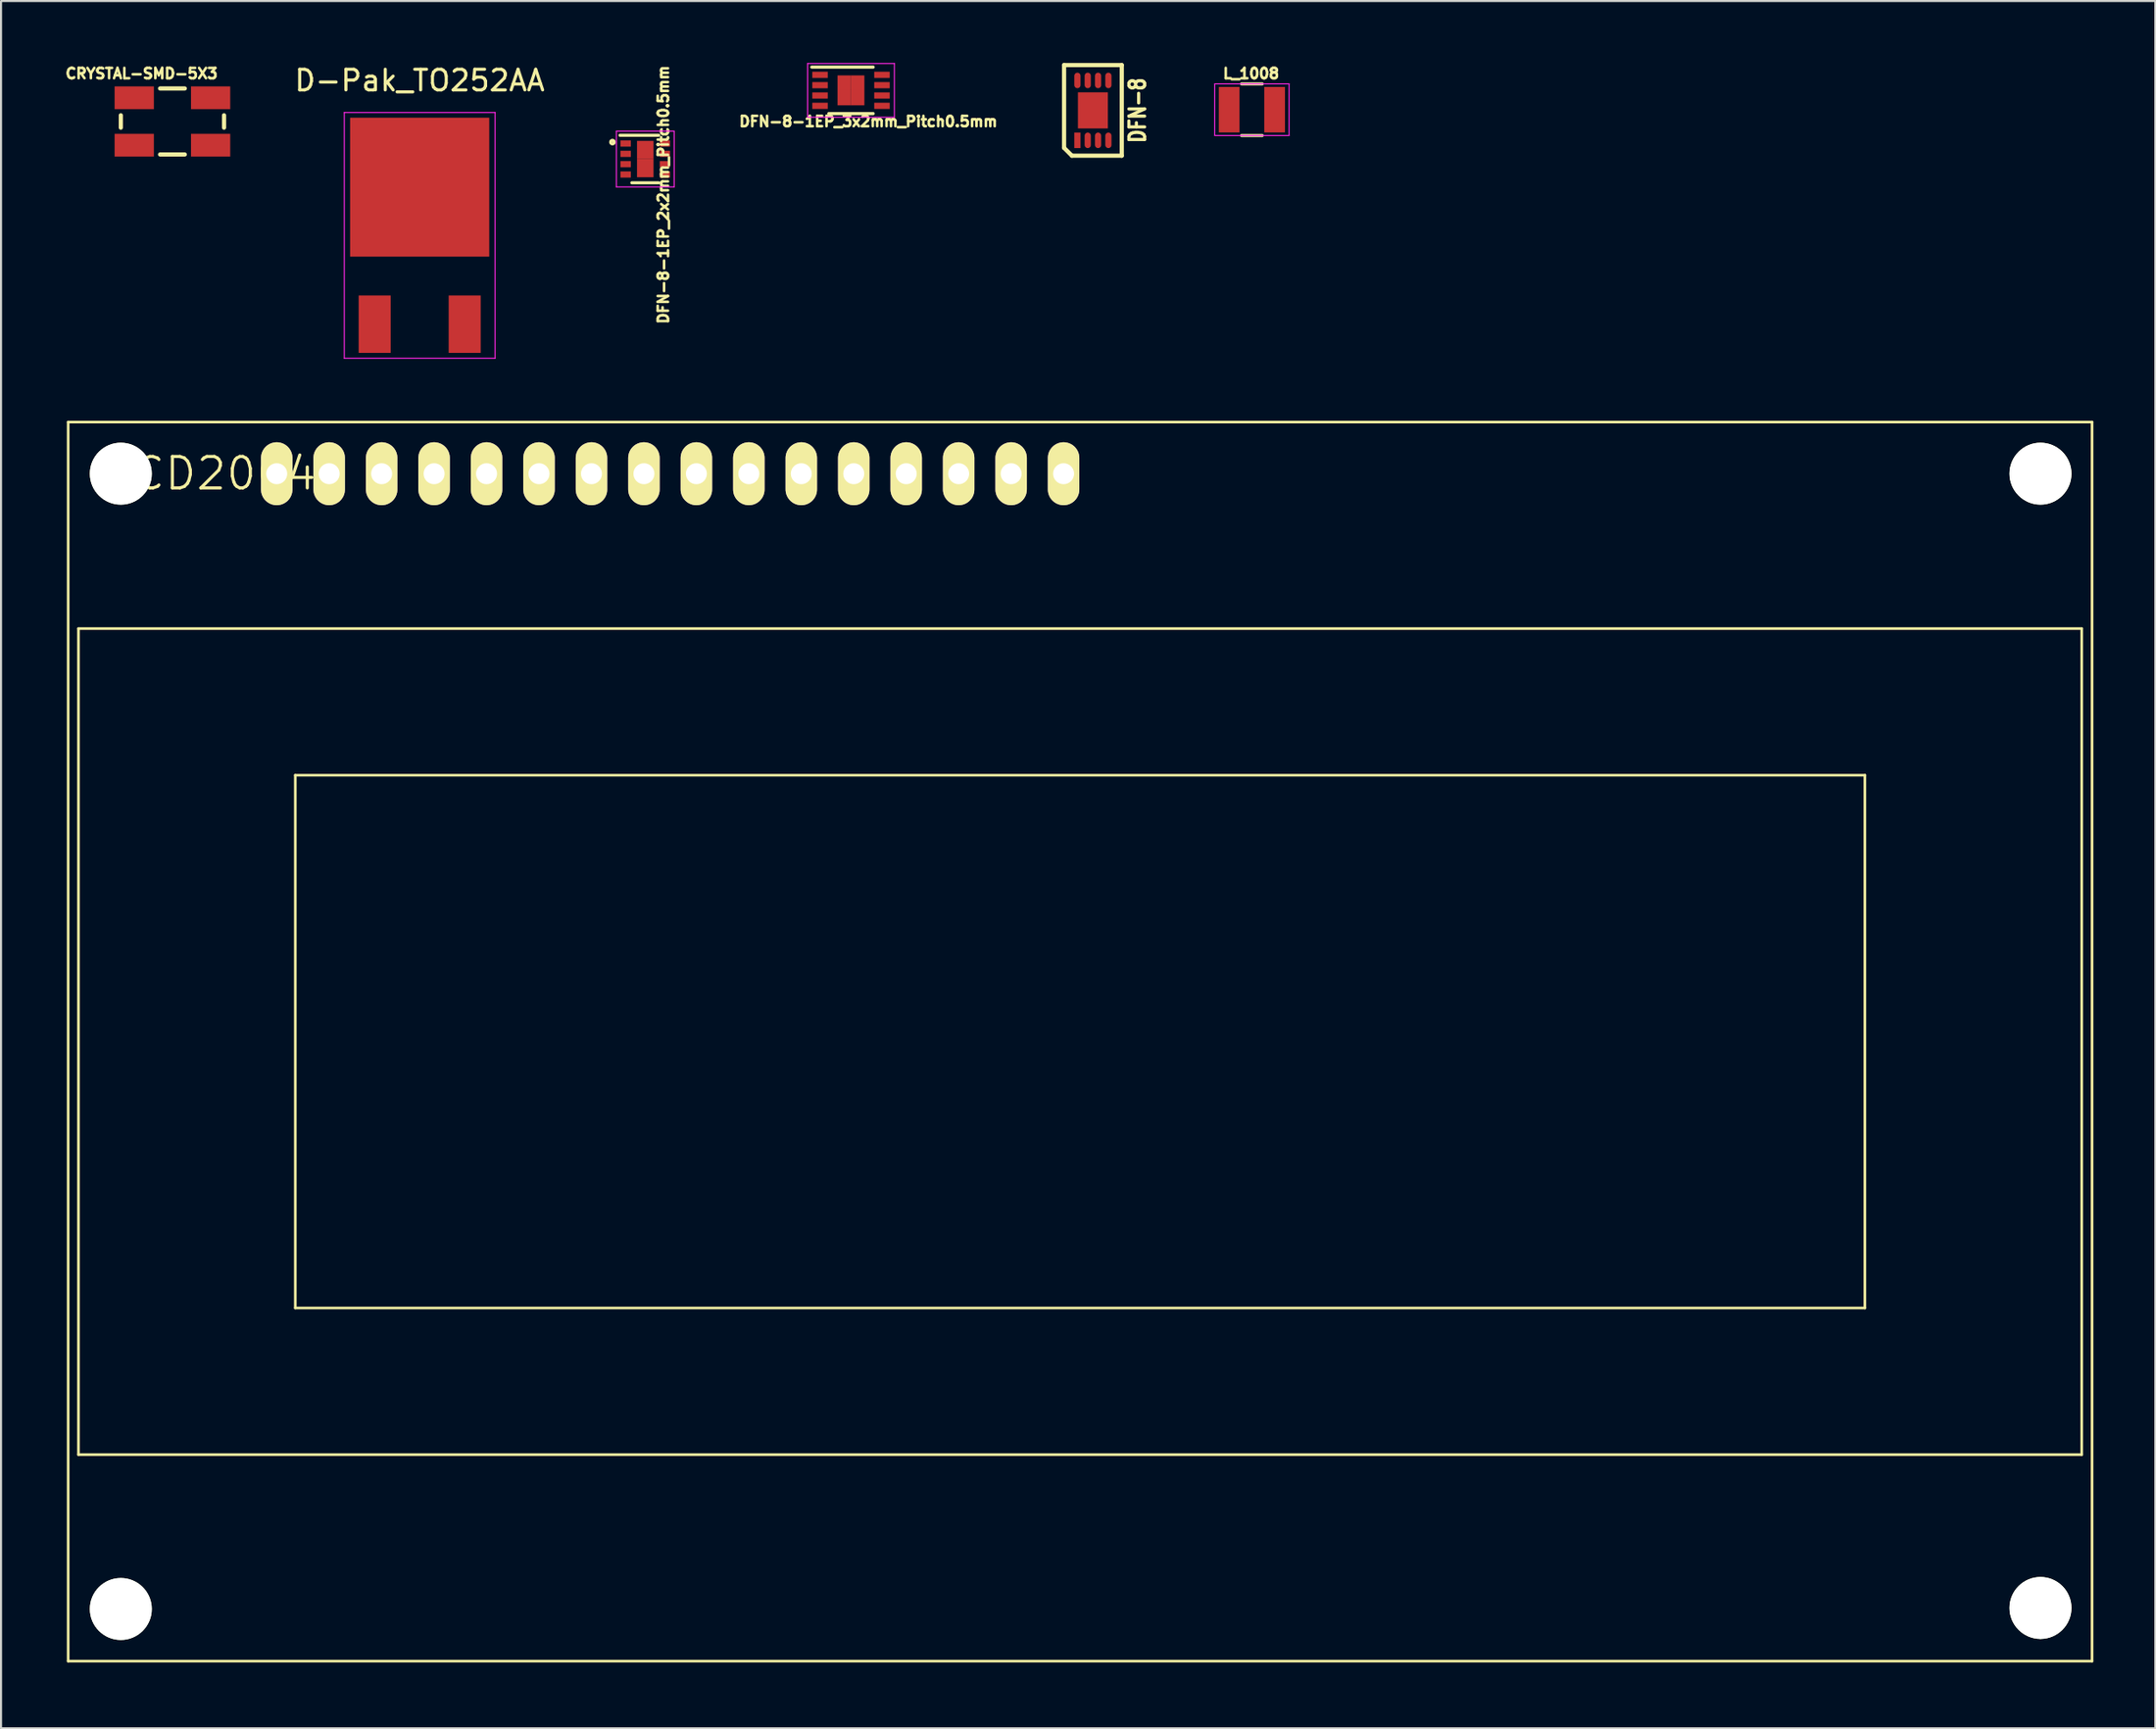
<source format=kicad_pcb>
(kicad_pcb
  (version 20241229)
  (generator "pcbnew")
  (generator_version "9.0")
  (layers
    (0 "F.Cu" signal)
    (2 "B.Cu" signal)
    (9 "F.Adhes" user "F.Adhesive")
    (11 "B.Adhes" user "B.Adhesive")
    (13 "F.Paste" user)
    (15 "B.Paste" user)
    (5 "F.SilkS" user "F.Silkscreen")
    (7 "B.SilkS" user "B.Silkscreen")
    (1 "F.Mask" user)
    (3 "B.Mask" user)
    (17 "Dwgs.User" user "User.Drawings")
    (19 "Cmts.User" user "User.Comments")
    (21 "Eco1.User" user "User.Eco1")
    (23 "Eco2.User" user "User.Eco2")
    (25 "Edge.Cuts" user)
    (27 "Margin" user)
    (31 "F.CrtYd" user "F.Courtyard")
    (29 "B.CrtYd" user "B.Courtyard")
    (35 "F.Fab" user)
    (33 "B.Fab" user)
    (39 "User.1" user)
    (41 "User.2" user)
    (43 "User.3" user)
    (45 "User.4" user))
  (footprint "LCD2004"
    (layer "F.Cu")
    (at 0.25 77.387)
    (property "Reference" "LCD2004" (at 6.97 -57.507 0) (layer "F.SilkS") (effects (font (size 1.524 1.524) (thickness 0.15))))
    (attr exclude_from_pos_files exclude_from_bom)
    (fp_line (start 0 -60) (end 0 0) (stroke (width 0.127) (type solid)) (layer "F.SilkS"))
    (fp_line (start 0 0) (end 97.998 0) (stroke (width 0.127) (type solid)) (layer "F.SilkS"))
    (fp_line (start 0.498 -50) (end 97.498 -50) (stroke (width 0.127) (type solid)) (layer "F.SilkS"))
    (fp_line (start 0.498 -10) (end 0.498 -50) (stroke (width 0.127) (type solid)) (layer "F.SilkS"))
    (fp_line (start 1.138 -57.498) (end 3.94 -57.498) (stroke (width 0.127) (type solid)) (layer "F.SilkS"))
    (fp_line (start 1.138 -2.54) (end 3.94 -2.54) (stroke (width 0.127) (type solid)) (layer "F.SilkS"))
    (fp_line (start 2.54 -56.098) (end 2.54 -58.898) (stroke (width 0.127) (type solid)) (layer "F.SilkS"))
    (fp_line (start 2.54 -1.138) (end 2.54 -3.94) (stroke (width 0.127) (type solid)) (layer "F.SilkS"))
    (fp_line (start 10.998 -42.898) (end 10.998 -17.099) (stroke (width 0.127) (type solid)) (layer "F.SilkS"))
    (fp_line (start 10.998 -17.099) (end 86.998 -17.099) (stroke (width 0.127) (type solid)) (layer "F.SilkS"))
    (fp_line (start 86.998 -42.898) (end 10.998 -42.898) (stroke (width 0.127) (type solid)) (layer "F.SilkS"))
    (fp_line (start 86.998 -17.099) (end 86.998 -42.898) (stroke (width 0.127) (type solid)) (layer "F.SilkS"))
    (fp_line (start 94.099 -57.498) (end 96.898 -57.498) (stroke (width 0.127) (type solid)) (layer "F.SilkS"))
    (fp_line (start 94.099 -2.54) (end 96.898 -2.54) (stroke (width 0.127) (type solid)) (layer "F.SilkS"))
    (fp_line (start 95.499 -56.098) (end 95.499 -58.898) (stroke (width 0.127) (type solid)) (layer "F.SilkS"))
    (fp_line (start 95.499 -1.138) (end 95.499 -3.94) (stroke (width 0.127) (type solid)) (layer "F.SilkS"))
    (fp_line (start 97.498 -50) (end 97.498 -10) (stroke (width 0.127) (type solid)) (layer "F.SilkS"))
    (fp_line (start 97.498 -10) (end 0.498 -10) (stroke (width 0.127) (type solid)) (layer "F.SilkS"))
    (fp_line (start 97.998 -60) (end 0 -60) (stroke (width 0.127) (type solid)) (layer "F.SilkS"))
    (fp_line (start 97.998 0) (end 97.998 -60) (stroke (width 0.127) (type solid)) (layer "F.SilkS"))
    (fp_circle (center 2.54 -57.498) (end 3.239 -58.196) (stroke (width 0.127) (type solid)) (fill no) (layer "F.SilkS"))
    (fp_circle (center 2.54 -2.54) (end 3.239 -3.239) (stroke (width 0.127) (type solid)) (fill no) (layer "F.SilkS"))
    (fp_circle (center 95.499 -57.498) (end 96.197 -58.196) (stroke (width 0.127) (type solid)) (fill no) (layer "F.SilkS"))
    (fp_circle (center 95.499 -2.54) (end 96.197 -3.239) (stroke (width 0.127) (type solid)) (fill no) (layer "F.SilkS"))
    (pad "" np_thru_hole circle (at 2.55 -57.5) (size 3 3) (drill 3) (layers "*.Cu" "*.Mask" "F.SilkS"))
    (pad "" np_thru_hole circle (at 2.55 -2.525) (size 3 3) (drill 3) (layers "*.Cu" "*.Mask" "F.SilkS"))
    (pad "" np_thru_hole circle (at 95.5 -57.5) (size 3 3) (drill 3) (layers "*.Cu" "*.Mask" "F.SilkS"))
    (pad "" np_thru_hole circle (at 95.5 -2.575) (size 3 3) (drill 3) (layers "*.Cu" "*.Mask" "F.SilkS"))
    (pad "1" thru_hole oval (at 10.099 -57.498 180) (size 1.524 3.048) (drill 1.016) (layers "*.Cu" "*.Mask" "F.SilkS" "F.Paste"))
    (pad "2" thru_hole oval (at 12.639 -57.498 180) (size 1.524 3.048) (drill 1.016) (layers "*.Cu" "*.Mask" "F.SilkS" "F.Paste"))
    (pad "3" thru_hole oval (at 15.179 -57.498 180) (size 1.524 3.048) (drill 1.016) (layers "*.Cu" "*.Mask" "F.SilkS" "F.Paste"))
    (pad "4" thru_hole oval (at 17.719 -57.498 180) (size 1.524 3.048) (drill 1.016) (layers "*.Cu" "*.Mask" "F.SilkS" "F.Paste"))
    (pad "5" thru_hole oval (at 20.259 -57.498 180) (size 1.524 3.048) (drill 1.016) (layers "*.Cu" "*.Mask" "F.SilkS" "F.Paste"))
    (pad "6" thru_hole oval (at 22.799 -57.498 180) (size 1.524 3.048) (drill 1.016) (layers "*.Cu" "*.Mask" "F.SilkS" "F.Paste"))
    (pad "7" thru_hole oval (at 25.339 -57.498 180) (size 1.524 3.048) (drill 1.016) (layers "*.Cu" "*.Mask" "F.SilkS" "F.Paste"))
    (pad "8" thru_hole oval (at 27.879 -57.498 180) (size 1.524 3.048) (drill 1.016) (layers "*.Cu" "*.Mask" "F.SilkS" "F.Paste"))
    (pad "9" thru_hole oval (at 30.419 -57.498 180) (size 1.524 3.048) (drill 1.016) (layers "*.Cu" "*.Mask" "F.SilkS" "F.Paste"))
    (pad "10" thru_hole oval (at 32.959 -57.498 180) (size 1.524 3.048) (drill 1.016) (layers "*.Cu" "*.Mask" "F.SilkS" "F.Paste"))
    (pad "11" thru_hole oval (at 35.499 -57.498 180) (size 1.524 3.048) (drill 1.016) (layers "*.Cu" "*.Mask" "F.SilkS" "F.Paste"))
    (pad "12" thru_hole oval (at 38.039 -57.498 180) (size 1.524 3.048) (drill 1.016) (layers "*.Cu" "*.Mask" "F.SilkS" "F.Paste"))
    (pad "13" thru_hole oval (at 40.579 -57.498 180) (size 1.524 3.048) (drill 1.016) (layers "*.Cu" "*.Mask" "F.SilkS" "F.Paste"))
    (pad "14" thru_hole oval (at 43.119 -57.498 180) (size 1.524 3.048) (drill 1.016) (layers "*.Cu" "*.Mask" "F.SilkS" "F.Paste"))
    (pad "15" thru_hole oval (at 45.659 -57.498 180) (size 1.524 3.048) (drill 1.016) (layers "*.Cu" "*.Mask" "F.SilkS" "F.Paste"))
    (pad "16" thru_hole oval (at 48.199 -57.498 180) (size 1.524 3.048) (drill 1.016) (layers "*.Cu" "*.Mask" "F.SilkS" "F.Paste")))
  (footprint "DFN-8-1EP_3x2mm_Pitch0.5mm"
    (layer "F.Cu")
    (at 38.155 1.325)
    (property "Reference" "DFN-8-1EP_3x2mm_Pitch0.5mm" (at 0.84 1.51 0) (layer "F.SilkS") (effects (font (size 0.5 0.5) (thickness 0.125))))
    (attr smd)
    (fp_line (start -1.9 -1.125) (end 1.075 -1.125) (stroke (width 0.15) (type solid)) (layer "F.SilkS"))
    (fp_line (start -1.075 1.125) (end 1.075 1.125) (stroke (width 0.15) (type solid)) (layer "F.SilkS"))
    (fp_line (start -2.1 -1.3) (end -2.1 1.3) (stroke (width 0.05) (type solid)) (layer "F.CrtYd"))
    (fp_line (start -2.1 -1.3) (end 2.1 -1.3) (stroke (width 0.05) (type solid)) (layer "F.CrtYd"))
    (fp_line (start -2.1 1.3) (end 2.1 1.3) (stroke (width 0.05) (type solid)) (layer "F.CrtYd"))
    (fp_line (start 2.1 -1.3) (end 2.1 1.3) (stroke (width 0.05) (type solid)) (layer "F.CrtYd"))
    (pad "1" smd rect (at -1.5 -0.75) (size 0.75 0.3) (layers "F.Cu" "F.Mask" "F.Paste"))
    (pad "2" smd rect (at -1.5 -0.25) (size 0.75 0.3) (layers "F.Cu" "F.Mask" "F.Paste"))
    (pad "3" smd rect (at -1.5 0.25) (size 0.75 0.3) (layers "F.Cu" "F.Mask" "F.Paste"))
    (pad "4" smd rect (at -1.5 0.75) (size 0.75 0.3) (layers "F.Cu" "F.Mask" "F.Paste"))
    (pad "5" smd rect (at 1.5 0.75) (size 0.75 0.3) (layers "F.Cu" "F.Mask" "F.Paste"))
    (pad "6" smd rect (at 1.5 0.25) (size 0.75 0.3) (layers "F.Cu" "F.Mask" "F.Paste"))
    (pad "7" smd rect (at 1.5 -0.25) (size 0.75 0.3) (layers "F.Cu" "F.Mask" "F.Paste"))
    (pad "8" smd rect (at 1.5 -0.75) (size 0.75 0.3) (layers "F.Cu" "F.Mask" "F.Paste"))
    (pad "9" smd rect (at -0.325 -0.362) (size 0.65 0.725) (layers "F.Cu" "F.Mask" "F.Paste"))
    (pad "9" smd rect (at -0.325 0.362) (size 0.65 0.725) (layers "F.Cu" "F.Mask" "F.Paste"))
    (pad "9" smd rect (at 0.325 -0.362) (size 0.65 0.725) (layers "F.Cu" "F.Mask" "F.Paste"))
    (pad "9" smd rect (at 0.325 0.362) (size 0.65 0.725) (layers "F.Cu" "F.Mask" "F.Paste")))
  (footprint "DFN-8"
    (layer "F.Cu")
    (at 49.869 2.296)
    (property "Reference" "DFN-8" (at 2.159 0 90) (layer "F.SilkS") (effects (font (size 0.762 0.61) (thickness 0.203))))
    (attr smd)
    (fp_line (start -1.397 -2.194) (end -1.397 1.813) (stroke (width 0.203) (type solid)) (layer "F.SilkS"))
    (fp_line (start -1.397 -2.194) (end 1.397 -2.194) (stroke (width 0.203) (type solid)) (layer "F.SilkS"))
    (fp_line (start -1.397 1.813) (end -1.016 2.194) (stroke (width 0.203) (type solid)) (layer "F.SilkS"))
    (fp_line (start -1.016 2.194) (end 1.397 2.194) (stroke (width 0.203) (type solid)) (layer "F.SilkS"))
    (fp_line (start 1.397 -2.194) (end 1.397 2.194) (stroke (width 0.203) (type solid)) (layer "F.SilkS"))
    (pad "1" smd rect (at -0.75 1.45) (size 0.3 0.75) (layers "F.Cu" "F.Mask" "F.Paste"))
    (pad "2" smd oval (at -0.25 1.45) (size 0.3 0.75) (layers "F.Cu" "F.Mask" "F.Paste"))
    (pad "3" smd oval (at 0.25 1.45) (size 0.3 0.75) (layers "F.Cu" "F.Mask" "F.Paste"))
    (pad "4" smd oval (at 0.75 1.45) (size 0.3 0.75) (layers "F.Cu" "F.Mask" "F.Paste"))
    (pad "5" smd oval (at 0.75 -1.45) (size 0.3 0.75) (layers "F.Cu" "F.Mask" "F.Paste"))
    (pad "6" smd oval (at 0.25 -1.45) (size 0.3 0.75) (layers "F.Cu" "F.Mask" "F.Paste"))
    (pad "7" smd oval (at -0.25 -1.45) (size 0.3 0.75) (layers "F.Cu" "F.Mask" "F.Paste"))
    (pad "8" smd oval (at -0.75 -1.45) (size 0.3 0.75) (layers "F.Cu" "F.Mask" "F.Paste"))
    (pad "9" smd rect (at 0 0) (size 1.45 1.75) (layers "F.Cu" "F.Mask" "F.Paste")))
  (footprint "L_1008"
    (layer "F.Cu")
    (at 57.567 2.262)
    (property "Reference" "L_1008" (at -0.04 -1.75 0) (layer "F.SilkS") (effects (font (size 0.5 0.5) (thickness 0.125))))
    (attr smd)
    (fp_line (start -0.5 1.25) (end 0.5 1.25) (stroke (width 0.15) (type solid)) (layer "F.SilkS"))
    (fp_line (start 0.5 -1.25) (end -0.5 -1.25) (stroke (width 0.15) (type solid)) (layer "F.SilkS"))
    (fp_line (start -1.8 -1.25) (end -1.8 1.25) (stroke (width 0.05) (type solid)) (layer "F.CrtYd"))
    (fp_line (start -1.8 -1.25) (end 1.8 -1.25) (stroke (width 0.05) (type solid)) (layer "F.CrtYd"))
    (fp_line (start -1.8 1.25) (end 1.8 1.25) (stroke (width 0.05) (type solid)) (layer "F.CrtYd"))
    (fp_line (start 1.8 -1.25) (end 1.8 1.25) (stroke (width 0.05) (type solid)) (layer "F.CrtYd"))
    (pad "1" smd rect (at -1.1 0) (size 1 2.2) (layers "F.Cu" "F.Mask" "F.Paste"))
    (pad "2" smd rect (at 1.1 0) (size 1 2.2) (layers "F.Cu" "F.Mask" "F.Paste")))
  (footprint "DFN-8-1EP_2x2mm_Pitch0.5mm"
    (layer "F.Cu")
    (at 28.195 4.651)
    (property "Reference" "DFN-8-1EP_2x2mm_Pitch0.5mm" (at 0.875 1.725 90) (layer "F.SilkS") (effects (font (size 0.5 0.5) (thickness 0.125))))
    (attr smd)
    (fp_line (start -1.225 -1.15) (end 0.65 -1.15) (stroke (width 0.15) (type solid)) (layer "F.SilkS"))
    (fp_line (start -0.65 1.15) (end 0.65 1.15) (stroke (width 0.15) (type solid)) (layer "F.SilkS"))
    (fp_circle (center -1.59 -0.82) (end -1.66 -0.87) (stroke (width 0.15) (type solid)) (fill no) (layer "F.SilkS"))
    (fp_line (start -1.4 -1.35) (end -1.4 1.35) (stroke (width 0.05) (type solid)) (layer "F.CrtYd"))
    (fp_line (start -1.4 -1.35) (end 1.4 -1.35) (stroke (width 0.05) (type solid)) (layer "F.CrtYd"))
    (fp_line (start -1.4 1.35) (end 1.4 1.35) (stroke (width 0.05) (type solid)) (layer "F.CrtYd"))
    (fp_line (start 1.4 -1.35) (end 1.4 1.35) (stroke (width 0.05) (type solid)) (layer "F.CrtYd"))
    (pad "1" smd rect (at -0.95 -0.75) (size 0.5 0.3) (layers "F.Cu" "F.Mask" "F.Paste"))
    (pad "2" smd rect (at -0.95 -0.25) (size 0.5 0.3) (layers "F.Cu" "F.Mask" "F.Paste"))
    (pad "3" smd rect (at -0.95 0.25) (size 0.5 0.3) (layers "F.Cu" "F.Mask" "F.Paste"))
    (pad "4" smd rect (at -0.95 0.75) (size 0.5 0.3) (layers "F.Cu" "F.Mask" "F.Paste"))
    (pad "5" smd rect (at 0.95 0.75) (size 0.5 0.3) (layers "F.Cu" "F.Mask" "F.Paste"))
    (pad "6" smd rect (at 0.95 0.25) (size 0.5 0.3) (layers "F.Cu" "F.Mask" "F.Paste"))
    (pad "7" smd rect (at 0.95 -0.25) (size 0.5 0.3) (layers "F.Cu" "F.Mask" "F.Paste"))
    (pad "8" smd rect (at 0.95 -0.75) (size 0.5 0.3) (layers "F.Cu" "F.Mask" "F.Paste"))
    (pad "9" smd rect (at 0 -0.44) (size 0.8 0.88) (layers "F.Cu" "F.Mask" "F.Paste"))
    (pad "9" smd rect (at 0 0.44) (size 0.8 0.88) (layers "F.Cu" "F.Mask" "F.Paste")))
  (footprint "CRYSTAL-SMD-5X3"
    (layer "F.Cu")
    (at 5.299 2.832)
    (property "Reference" "CRYSTAL-SMD-5X3" (at -1.495 -2.32 0) (layer "F.SilkS") (effects (font (size 0.5 0.5) (thickness 0.125))))
    (attr smd)
    (fp_line (start -2.499 -0.3) (end -2.499 0.3) (stroke (width 0.203) (type solid)) (layer "F.SilkS"))
    (fp_line (start -0.599 -1.598) (end 0.599 -1.598) (stroke (width 0.203) (type solid)) (layer "F.SilkS"))
    (fp_line (start 0.599 1.598) (end -0.599 1.598) (stroke (width 0.203) (type solid)) (layer "F.SilkS"))
    (fp_line (start 2.499 -0.3) (end 2.499 0.3) (stroke (width 0.203) (type solid)) (layer "F.SilkS"))
    (pad "1" smd rect (at -1.849 1.148) (size 1.9 1.1) (layers "F.Cu" "F.Mask" "F.Paste"))
    (pad "2" smd rect (at 1.849 1.148) (size 1.9 1.1) (layers "F.Cu" "F.Mask" "F.Paste"))
    (pad "3" smd rect (at 1.849 -1.148) (size 1.9 1.1) (layers "F.Cu" "F.Mask" "F.Paste"))
    (pad "4" smd rect (at -1.849 -1.148) (size 1.9 1.1) (layers "F.Cu" "F.Mask" "F.Paste")))
  (footprint "D-Pak_TO252AA"
    (layer "F.Cu")
    (at 17.271 8.348)
    (property "Reference" "D-Pak_TO252AA" (at 0 -7.5 0) (layer "F.SilkS") (effects (font (size 1 1) (thickness 0.15))))
    (attr smd)
    (fp_line (start -3.65 -5.95) (end 3.65 -5.95) (stroke (width 0.05) (type solid)) (layer "F.CrtYd"))
    (fp_line (start -3.65 5.95) (end -3.65 -5.95) (stroke (width 0.05) (type solid)) (layer "F.CrtYd"))
    (fp_line (start 3.65 -5.95) (end 3.65 5.95) (stroke (width 0.05) (type solid)) (layer "F.CrtYd"))
    (fp_line (start 3.65 5.95) (end -3.65 5.95) (stroke (width 0.05) (type solid)) (layer "F.CrtYd"))
    (pad "D" smd rect (at 0 -2.335) (size 6.74 6.73) (layers "F.Cu" "F.Mask" "F.Paste"))
    (pad "G" smd rect (at -2.18 4.3) (size 1.55 2.78) (layers "F.Cu" "F.Mask" "F.Paste"))
    (pad "S" smd rect (at 2.18 4.3) (size 1.55 2.78) (layers "F.Cu" "F.Mask" "F.Paste")))
  (gr_rect
    (start -3 -3)
    (end 101.312 80.637)
    (stroke (width 0.1) (type default))
    (fill no)
    (layer "Edge.Cuts")))
</source>
